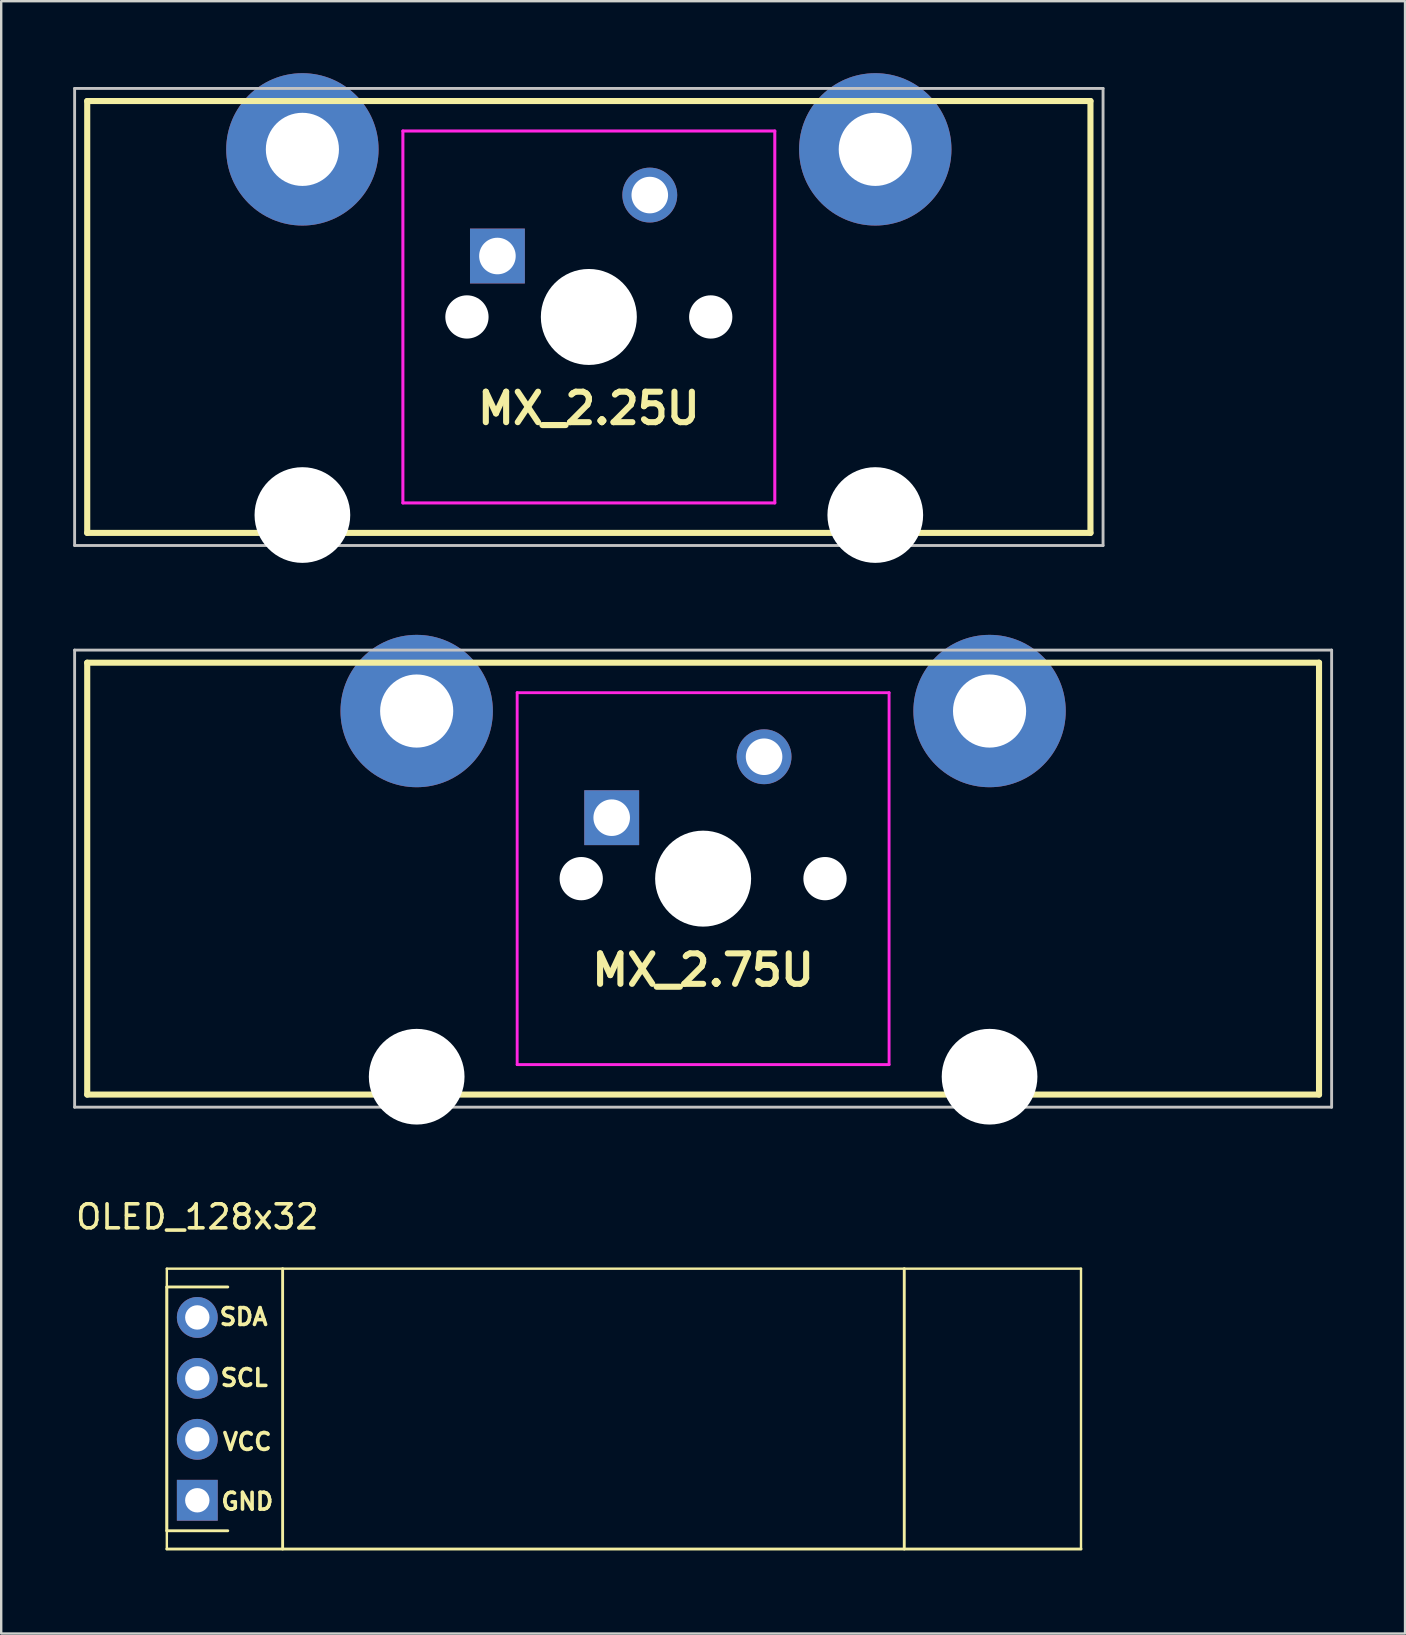
<source format=kicad_pcb>
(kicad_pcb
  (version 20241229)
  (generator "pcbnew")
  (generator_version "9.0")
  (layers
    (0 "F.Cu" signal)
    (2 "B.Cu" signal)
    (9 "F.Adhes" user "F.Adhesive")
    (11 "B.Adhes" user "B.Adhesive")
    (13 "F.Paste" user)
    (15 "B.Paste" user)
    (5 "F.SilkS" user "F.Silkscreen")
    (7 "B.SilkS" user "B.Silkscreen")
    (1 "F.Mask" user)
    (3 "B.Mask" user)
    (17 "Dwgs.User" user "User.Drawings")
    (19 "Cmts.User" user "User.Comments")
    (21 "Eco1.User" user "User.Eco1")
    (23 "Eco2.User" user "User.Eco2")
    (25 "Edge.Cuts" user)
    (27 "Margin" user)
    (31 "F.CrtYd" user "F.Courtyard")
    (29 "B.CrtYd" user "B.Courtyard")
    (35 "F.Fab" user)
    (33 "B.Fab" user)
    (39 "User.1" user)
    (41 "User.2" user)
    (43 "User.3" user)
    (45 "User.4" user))
  (footprint "MX_2.75U"
    (layer "F.Cu")
    (at 26.254 33.569)
    (property "Reference" "MX_2.75U" (at 0 3.81 180) (layer "F.SilkS") (effects (font (size 1.27 1.27) (thickness 0.254))))
    (attr through_hole)
    (fp_line (start -25.669 -9) (end 25.669 -9) (stroke (width 0.254) (type solid)) (layer "F.SilkS"))
    (fp_line (start -25.669 9) (end -25.669 -9) (stroke (width 0.254) (type solid)) (layer "F.SilkS"))
    (fp_line (start 25.669 -9) (end 25.669 9) (stroke (width 0.254) (type solid)) (layer "F.SilkS"))
    (fp_line (start 25.669 9) (end -25.669 9) (stroke (width 0.254) (type solid)) (layer "F.SilkS"))
    (fp_line (start -26.194 -9.525) (end -26.194 9.525) (stroke (width 0.12) (type solid)) (layer "Dwgs.User"))
    (fp_line (start -26.194 -9.525) (end 26.194 -9.525) (stroke (width 0.12) (type solid)) (layer "Dwgs.User"))
    (fp_line (start -26.194 9.525) (end 26.194 9.525) (stroke (width 0.12) (type solid)) (layer "Dwgs.User"))
    (fp_line (start 26.194 -9.525) (end 26.194 9.525) (stroke (width 0.12) (type solid)) (layer "Dwgs.User"))
    (fp_line (start -15.494 7.366) (end -15.494 -7.366) (stroke (width 0.025) (type solid)) (layer "Eco1.User"))
    (fp_line (start -15.24 -7.62) (end -8.636 -7.62) (stroke (width 0.025) (type solid)) (layer "Eco1.User"))
    (fp_line (start -8.636 7.62) (end -15.24 7.62) (stroke (width 0.025) (type solid)) (layer "Eco1.User"))
    (fp_line (start -8.382 -7.366) (end -8.382 7.366) (stroke (width 0.025) (type solid)) (layer "Eco1.User"))
    (fp_line (start -7 6.746) (end -7 -6.746) (stroke (width 0.025) (type solid)) (layer "Eco1.User"))
    (fp_line (start -6.746 -7) (end 6.746 -7) (stroke (width 0.025) (type solid)) (layer "Eco1.User"))
    (fp_line (start 6.746 7) (end -6.746 7) (stroke (width 0.025) (type solid)) (layer "Eco1.User"))
    (fp_line (start 7 -6.746) (end 7 6.746) (stroke (width 0.025) (type solid)) (layer "Eco1.User"))
    (fp_line (start 8.382 7.366) (end 8.382 -7.366) (stroke (width 0.025) (type solid)) (layer "Eco1.User"))
    (fp_line (start 8.636 -7.62) (end 15.24 -7.62) (stroke (width 0.025) (type solid)) (layer "Eco1.User"))
    (fp_line (start 15.24 7.62) (end 8.636 7.62) (stroke (width 0.025) (type solid)) (layer "Eco1.User"))
    (fp_line (start 15.494 -7.366) (end 15.494 7.366) (stroke (width 0.025) (type solid)) (layer "Eco1.User"))
    (fp_arc (start -15.494 -7.366) (mid -15.419605 -7.545605) (end -15.24 -7.62) (stroke (width 0.0254) (type solid)) (layer "Eco1.User"))
    (fp_arc (start -15.24 7.62) (mid -15.419605 7.545605) (end -15.494 7.366) (stroke (width 0.0254) (type solid)) (layer "Eco1.User"))
    (fp_arc (start -8.636 -7.62) (mid -8.456395 -7.545605) (end -8.382 -7.366) (stroke (width 0.0254) (type solid)) (layer "Eco1.User"))
    (fp_arc (start -8.382 7.366) (mid -8.456395 7.545605) (end -8.636 7.62) (stroke (width 0.0254) (type solid)) (layer "Eco1.User"))
    (fp_arc (start -7 -6.746) (mid -6.925605 -6.925605) (end -6.746 -7) (stroke (width 0.0254) (type solid)) (layer "Eco1.User"))
    (fp_arc (start -6.746 7) (mid -6.925605 6.925605) (end -7 6.746) (stroke (width 0.0254) (type solid)) (layer "Eco1.User"))
    (fp_arc (start 6.746 -7) (mid 6.925605 -6.925605) (end 7 -6.746) (stroke (width 0.0254) (type solid)) (layer "Eco1.User"))
    (fp_arc (start 7 6.746) (mid 6.925605 6.925605) (end 6.746 7) (stroke (width 0.0254) (type solid)) (layer "Eco1.User"))
    (fp_arc (start 8.382 -7.366) (mid 8.456395 -7.545605) (end 8.636 -7.62) (stroke (width 0.0254) (type solid)) (layer "Eco1.User"))
    (fp_arc (start 8.636 7.62) (mid 8.456395 7.545605) (end 8.382 7.366) (stroke (width 0.0254) (type solid)) (layer "Eco1.User"))
    (fp_arc (start 15.24 -7.62) (mid 15.419605 -7.545605) (end 15.494 -7.366) (stroke (width 0.0254) (type solid)) (layer "Eco1.User"))
    (fp_arc (start 15.494 7.366) (mid 15.419605 7.545605) (end 15.24 7.62) (stroke (width 0.0254) (type solid)) (layer "Eco1.User"))
    (fp_line (start -7.75 -7.75) (end 7.75 -7.75) (stroke (width 0.12) (type solid)) (layer "F.CrtYd"))
    (fp_line (start -7.75 7.75) (end -7.75 -7.75) (stroke (width 0.12) (type solid)) (layer "F.CrtYd"))
    (fp_line (start 7.75 -7.75) (end 7.75 7.75) (stroke (width 0.12) (type solid)) (layer "F.CrtYd"))
    (fp_line (start 7.75 7.75) (end -7.75 7.75) (stroke (width 0.12) (type solid)) (layer "F.CrtYd"))
    (pad "" thru_hole circle (at -11.938 -6.985) (size 6.35 6.35) (drill 3.048) (layers "B.Cu" "B.Mask"))
    (pad "" np_thru_hole circle (at -11.938 8.255) (size 3.988 3.988) (drill 3.988) (layers "*.Cu" "*.Mask"))
    (pad "" np_thru_hole circle (at -5.08 0 180) (size 1.803 1.803) (drill 1.803) (layers "*.Cu" "*.Mask"))
    (pad "" np_thru_hole circle (at 0 0 180) (size 4 4) (drill 4) (layers "*.Cu" "*.Mask"))
    (pad "" np_thru_hole circle (at 5.08 0 180) (size 1.803 1.803) (drill 1.803) (layers "*.Cu" "*.Mask"))
    (pad "" thru_hole circle (at 11.938 -6.985) (size 6.35 6.35) (drill 3.048) (layers "B.Cu" "B.Mask"))
    (pad "" np_thru_hole circle (at 11.938 8.255) (size 3.988 3.988) (drill 3.988) (layers "*.Cu" "*.Mask"))
    (pad "1" thru_hole rect (at -3.81 -2.54 180) (size 2.286 2.286) (drill 1.524) (layers "*.Cu" "*.Mask"))
    (pad "2" thru_hole circle (at 2.54 -5.08) (size 2.286 2.286) (drill 1.524) (layers "*.Cu" "*.Mask")))
  (footprint "MX_2.25U"
    (layer "F.Cu")
    (at 21.491 10.16)
    (property "Reference" "MX_2.25U" (at 0 3.81 180) (layer "F.SilkS") (effects (font (size 1.27 1.27) (thickness 0.254))))
    (attr through_hole)
    (fp_line (start -20.906 -9) (end 20.906 -9) (stroke (width 0.254) (type solid)) (layer "F.SilkS"))
    (fp_line (start -20.906 9) (end -20.906 -9) (stroke (width 0.254) (type solid)) (layer "F.SilkS"))
    (fp_line (start 20.906 -9) (end 20.906 9) (stroke (width 0.254) (type solid)) (layer "F.SilkS"))
    (fp_line (start 20.906 9) (end -20.906 9) (stroke (width 0.254) (type solid)) (layer "F.SilkS"))
    (fp_line (start -21.431 -9.525) (end -21.431 9.525) (stroke (width 0.12) (type solid)) (layer "Dwgs.User"))
    (fp_line (start -21.431 -9.525) (end 21.431 -9.525) (stroke (width 0.12) (type solid)) (layer "Dwgs.User"))
    (fp_line (start -21.431 9.525) (end 21.431 9.525) (stroke (width 0.12) (type solid)) (layer "Dwgs.User"))
    (fp_line (start 21.431 -9.525) (end 21.431 9.525) (stroke (width 0.12) (type solid)) (layer "Dwgs.User"))
    (fp_line (start -15.494 7.366) (end -15.494 -7.366) (stroke (width 0.025) (type solid)) (layer "Eco1.User"))
    (fp_line (start -15.24 -7.62) (end -8.636 -7.62) (stroke (width 0.025) (type solid)) (layer "Eco1.User"))
    (fp_line (start -8.636 7.62) (end -15.494 7.62) (stroke (width 0.025) (type solid)) (layer "Eco1.User"))
    (fp_line (start -8.382 -7.366) (end -8.382 7.366) (stroke (width 0.025) (type solid)) (layer "Eco1.User"))
    (fp_line (start -7 6.746) (end -7 -6.746) (stroke (width 0.025) (type solid)) (layer "Eco1.User"))
    (fp_line (start -6.746 -7) (end 6.746 -7) (stroke (width 0.025) (type solid)) (layer "Eco1.User"))
    (fp_line (start 6.746 7) (end -6.746 7) (stroke (width 0.025) (type solid)) (layer "Eco1.User"))
    (fp_line (start 7 -6.746) (end 7 6.746) (stroke (width 0.025) (type solid)) (layer "Eco1.User"))
    (fp_line (start 8.382 7.366) (end 8.382 -7.366) (stroke (width 0.025) (type solid)) (layer "Eco1.User"))
    (fp_line (start 8.636 -7.62) (end 15.24 -7.62) (stroke (width 0.025) (type solid)) (layer "Eco1.User"))
    (fp_line (start 15.24 7.62) (end 8.636 7.62) (stroke (width 0.025) (type solid)) (layer "Eco1.User"))
    (fp_line (start 15.494 -7.366) (end 15.494 7.366) (stroke (width 0.025) (type solid)) (layer "Eco1.User"))
    (fp_arc (start -15.494 -7.366) (mid -15.419605 -7.545605) (end -15.24 -7.62) (stroke (width 0.0254) (type solid)) (layer "Eco1.User"))
    (fp_arc (start -15.24 7.62) (mid -15.419605 7.545605) (end -15.494 7.366) (stroke (width 0.0254) (type solid)) (layer "Eco1.User"))
    (fp_arc (start -8.636 -7.62) (mid -8.456395 -7.545605) (end -8.382 -7.366) (stroke (width 0.0254) (type solid)) (layer "Eco1.User"))
    (fp_arc (start -8.382 7.366) (mid -8.456395 7.545605) (end -8.636 7.62) (stroke (width 0.0254) (type solid)) (layer "Eco1.User"))
    (fp_arc (start -7 -6.746) (mid -6.925605 -6.925605) (end -6.746 -7) (stroke (width 0.0254) (type solid)) (layer "Eco1.User"))
    (fp_arc (start -6.746 7) (mid -6.925605 6.925605) (end -7 6.746) (stroke (width 0.0254) (type solid)) (layer "Eco1.User"))
    (fp_arc (start 6.746 -7) (mid 6.925605 -6.925605) (end 7 -6.746) (stroke (width 0.0254) (type solid)) (layer "Eco1.User"))
    (fp_arc (start 7 6.746) (mid 6.925605 6.925605) (end 6.746 7) (stroke (width 0.0254) (type solid)) (layer "Eco1.User"))
    (fp_arc (start 8.382 -7.366) (mid 8.456395 -7.545605) (end 8.636 -7.62) (stroke (width 0.0254) (type solid)) (layer "Eco1.User"))
    (fp_arc (start 8.636 7.62) (mid 8.456395 7.545605) (end 8.382 7.366) (stroke (width 0.0254) (type solid)) (layer "Eco1.User"))
    (fp_arc (start 15.24 -7.62) (mid 15.419605 -7.545605) (end 15.494 -7.366) (stroke (width 0.0254) (type solid)) (layer "Eco1.User"))
    (fp_arc (start 15.494 7.366) (mid 15.419605 7.545605) (end 15.24 7.62) (stroke (width 0.0254) (type solid)) (layer "Eco1.User"))
    (fp_line (start -7.75 -7.75) (end 7.75 -7.75) (stroke (width 0.127) (type solid)) (layer "F.CrtYd"))
    (fp_line (start -7.75 7.75) (end -7.75 -7.75) (stroke (width 0.127) (type solid)) (layer "F.CrtYd"))
    (fp_line (start 7.75 -7.75) (end 7.75 7.75) (stroke (width 0.127) (type solid)) (layer "F.CrtYd"))
    (fp_line (start 7.75 7.75) (end -7.75 7.75) (stroke (width 0.127) (type solid)) (layer "F.CrtYd"))
    (pad "" thru_hole circle (at -11.938 -6.985) (size 6.35 6.35) (drill 3.048) (layers "B.Cu" "B.Mask"))
    (pad "" np_thru_hole circle (at -11.938 8.255) (size 3.988 3.988) (drill 3.988) (layers "*.Cu" "*.Mask"))
    (pad "" np_thru_hole circle (at -5.08 0 180) (size 1.803 1.803) (drill 1.803) (layers "*.Cu" "*.Mask"))
    (pad "" np_thru_hole circle (at 0 0 180) (size 4 4) (drill 4) (layers "*.Cu" "*.Mask"))
    (pad "" np_thru_hole circle (at 5.08 0 180) (size 1.803 1.803) (drill 1.803) (layers "*.Cu" "*.Mask"))
    (pad "" thru_hole circle (at 11.938 -6.985) (size 6.35 6.35) (drill 3.048) (layers "B.Cu" "B.Mask"))
    (pad "" np_thru_hole circle (at 11.938 8.255) (size 3.988 3.988) (drill 3.988) (layers "*.Cu" "*.Mask"))
    (pad "1" thru_hole rect (at -3.81 -2.54 180) (size 2.286 2.286) (drill 1.524) (layers "*.Cu" "*.Mask"))
    (pad "2" thru_hole circle (at 2.54 -5.08) (size 2.286 2.286) (drill 1.524) (layers "*.Cu" "*.Mask")))
  (footprint "OLED_128x32"
    (layer "F.Cu")
    (at 5.173 55.667)
    (property "Reference" "OLED_128x32" (at 0 -8.001 0) (layer "F.SilkS") (effects (font (size 1 1) (thickness 0.15))))
    (attr through_hole)
    (fp_line (start -1.27 -5.842) (end -1.27 5.842) (stroke (width 0.1) (type solid)) (layer "F.SilkS"))
    (fp_line (start -1.27 -5.08) (end -1.27 5.08) (stroke (width 0.12) (type solid)) (layer "F.SilkS"))
    (fp_line (start -1.27 5.08) (end 1.27 5.08) (stroke (width 0.12) (type solid)) (layer "F.SilkS"))
    (fp_line (start 1.27 -5.08) (end -1.27 -5.08) (stroke (width 0.12) (type solid)) (layer "F.SilkS"))
    (fp_line (start 3.556 -5.842) (end 3.556 5.842) (stroke (width 0.12) (type solid)) (layer "F.SilkS"))
    (fp_line (start 29.464 -5.842) (end 29.464 5.842) (stroke (width 0.12) (type solid)) (layer "F.SilkS"))
    (fp_line (start 36.83 -5.842) (end -1.27 -5.842) (stroke (width 0.1) (type solid)) (layer "F.SilkS"))
    (fp_line (start 36.83 5.842) (end -1.27 5.842) (stroke (width 0.12) (type solid)) (layer "F.SilkS"))
    (fp_line (start 36.83 5.842) (end 36.83 -5.842) (stroke (width 0.1) (type solid)) (layer "F.SilkS"))
    (fp_line (start -2.54 -6.35) (end -2.54 6.35) (stroke (width 0.025) (type solid)) (layer "Eco1.User"))
    (fp_line (start -2.54 -6.35) (end 36.83 -6.35) (stroke (width 0.025) (type solid)) (layer "Eco1.User"))
    (fp_line (start -2.54 6.35) (end 36.83 6.35) (stroke (width 0.025) (type solid)) (layer "Eco1.User"))
    (fp_line (start 36.83 6.35) (end 36.83 -6.35) (stroke (width 0.025) (type solid)) (layer "Eco1.User"))
    (fp_text user "SCL" (at 1.956 -1.295 180) (layer "F.SilkS") (effects (font (size 0.7 0.7) (thickness 0.15))))
    (fp_text user "VCC" (at 2.083 1.372 180) (layer "F.SilkS") (effects (font (size 0.7 0.7) (thickness 0.15))))
    (fp_text user "GND" (at 2.083 3.861 180) (layer "F.SilkS") (effects (font (size 0.7 0.7) (thickness 0.15))))
    (fp_text user "SDA" (at 1.93 -3.835 180) (layer "F.SilkS") (effects (font (size 0.7 0.7) (thickness 0.15))))
    (pad "1" thru_hole rect (at 0 3.81 90) (size 1.702 1.702) (drill 1.016) (layers "*.Cu" "*.Mask"))
    (pad "2" thru_hole oval (at 0 1.27 90) (size 1.702 1.702) (drill 1.016) (layers "*.Cu" "*.Mask"))
    (pad "3" thru_hole oval (at 0 -1.27 90) (size 1.702 1.702) (drill 1.016) (layers "*.Cu" "*.Mask"))
    (pad "4" thru_hole oval (at 0 -3.81 90) (size 1.702 1.702) (drill 1.016) (layers "*.Cu" "*.Mask")))
  (gr_rect
    (start -3 -3)
    (end 55.508 65.03)
    (stroke (width 0.1) (type default))
    (fill no)
    (layer "Edge.Cuts")))
</source>
